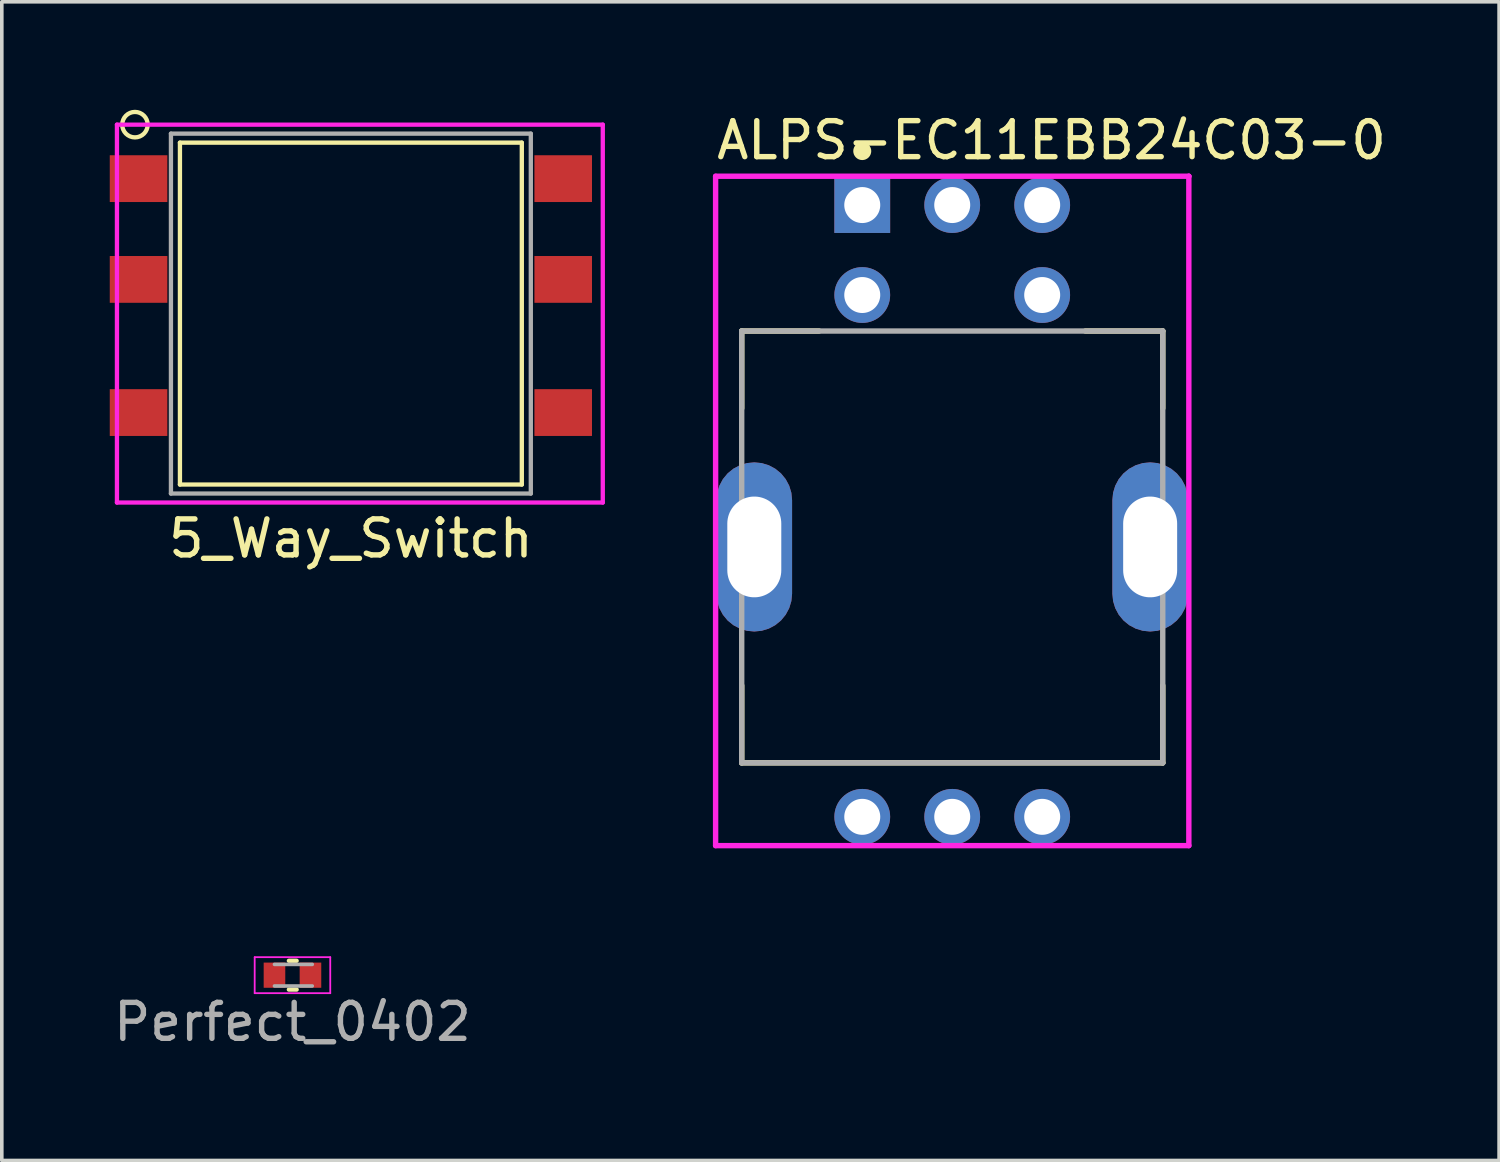
<source format=kicad_pcb>
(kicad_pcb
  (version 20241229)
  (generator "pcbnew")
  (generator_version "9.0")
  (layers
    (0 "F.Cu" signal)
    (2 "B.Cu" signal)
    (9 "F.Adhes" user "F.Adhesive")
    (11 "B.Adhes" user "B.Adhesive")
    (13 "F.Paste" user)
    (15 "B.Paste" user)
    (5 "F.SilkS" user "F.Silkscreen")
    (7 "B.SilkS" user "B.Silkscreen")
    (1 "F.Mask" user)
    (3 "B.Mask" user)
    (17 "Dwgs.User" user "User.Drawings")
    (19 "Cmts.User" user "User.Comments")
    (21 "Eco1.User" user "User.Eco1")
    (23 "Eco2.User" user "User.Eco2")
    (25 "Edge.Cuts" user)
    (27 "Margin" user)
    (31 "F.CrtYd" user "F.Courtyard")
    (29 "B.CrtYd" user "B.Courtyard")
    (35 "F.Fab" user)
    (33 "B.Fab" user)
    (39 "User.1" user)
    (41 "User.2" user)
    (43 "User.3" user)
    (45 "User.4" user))
  (footprint "Perfect_0402"
    (layer "F.Cu")
    (at 5.077 24.048)
    (property "Reference" "Perfect_0402" (at 0 1.3 0) (layer "F.Fab") (effects (font (size 1 1) (thickness 0.15))))
    (attr smd)
    (fp_line (start -0.1 -0.4) (end 0.116 -0.4) (stroke (width 0.12) (type solid)) (layer "F.SilkS"))
    (fp_line (start -0.1 0.4) (end 0.116 0.4) (stroke (width 0.12) (type solid)) (layer "F.SilkS"))
    (fp_line (start -1.05 -0.5) (end -1.05 0.5) (stroke (width 0.05) (type solid)) (layer "F.CrtYd"))
    (fp_line (start -1.05 -0.5) (end 1.05 -0.5) (stroke (width 0.05) (type solid)) (layer "F.CrtYd"))
    (fp_line (start 1.05 -0.5) (end 1.05 0.5) (stroke (width 0.05) (type solid)) (layer "F.CrtYd"))
    (fp_line (start 1.05 0.5) (end -1.05 0.5) (stroke (width 0.05) (type solid)) (layer "F.CrtYd"))
    (fp_line (start -0.5 -0.3) (end 0.55 -0.3) (stroke (width 0.1) (type solid)) (layer "F.Fab"))
    (fp_line (start -0.5 0.3) (end 0.55 0.3) (stroke (width 0.1) (type solid)) (layer "F.Fab"))
    (pad "1" smd rect (at -0.5 0) (size 0.6 0.7) (layers "F.Cu" "F.Mask" "F.Paste"))
    (pad "2" smd rect (at 0.5 0) (size 0.6 0.7) (layers "F.Cu" "F.Mask" "F.Paste")))
  (footprint "ALPS-EC11EBB24C03-0"
    (layer "F.Cu")
    (at 23.41 12.148)
    (property "Reference" "ALPS-EC11EBB24C03-0" (at -6.625 -11.3 0) (layer "F.SilkS") (effects (font (size 1 1) (thickness 0.15)) (justify left)))
    (attr through_hole)
    (fp_line (start -5.85 -6) (end -5.85 -3.85) (stroke (width 0.15) (type solid)) (layer "F.SilkS"))
    (fp_line (start -5.85 -6) (end -3.7 -6) (stroke (width 0.15) (type solid)) (layer "F.SilkS"))
    (fp_line (start -5.85 3.85) (end -5.85 6) (stroke (width 0.15) (type solid)) (layer "F.SilkS"))
    (fp_line (start 3.7 -6) (end 5.85 -6) (stroke (width 0.15) (type solid)) (layer "F.SilkS"))
    (fp_line (start 5.85 -6) (end 5.85 -3.85) (stroke (width 0.15) (type solid)) (layer "F.SilkS"))
    (fp_line (start 5.85 3.85) (end 5.85 6) (stroke (width 0.15) (type solid)) (layer "F.SilkS"))
    (fp_line (start 5.85 6) (end -5.85 6) (stroke (width 0.15) (type solid)) (layer "F.SilkS"))
    (fp_circle (center -2.5 -11) (end -2.375 -11) (stroke (width 0.25) (type solid)) (fill no) (layer "F.SilkS"))
    (fp_line (start -6.575 -10.3) (end -6.575 8.3) (stroke (width 0.15) (type solid)) (layer "F.CrtYd"))
    (fp_line (start -6.575 8.3) (end 6.575 8.3) (stroke (width 0.15) (type solid)) (layer "F.CrtYd"))
    (fp_line (start 6.575 -10.3) (end -6.575 -10.3) (stroke (width 0.15) (type solid)) (layer "F.CrtYd"))
    (fp_line (start 6.575 -10.3) (end 6.575 -10.3) (stroke (width 0.15) (type solid)) (layer "F.CrtYd"))
    (fp_line (start 6.575 8.3) (end 6.575 -10.3) (stroke (width 0.15) (type solid)) (layer "F.CrtYd"))
    (fp_line (start -5.85 -6) (end 5.85 -6) (stroke (width 0.15) (type solid)) (layer "F.Fab"))
    (fp_line (start -5.85 6) (end -5.85 -6) (stroke (width 0.15) (type solid)) (layer "F.Fab"))
    (fp_line (start 5.85 -6) (end 5.85 6) (stroke (width 0.15) (type solid)) (layer "F.Fab"))
    (fp_line (start 5.85 6) (end -5.85 6) (stroke (width 0.15) (type solid)) (layer "F.Fab"))
    (pad "1" thru_hole rect (at -2.5 -9.5) (size 1.55 1.55) (drill 1) (layers "*.Cu"))
    (pad "2" thru_hole circle (at 0 -9.5) (size 1.55 1.55) (drill 1) (layers "*.Cu"))
    (pad "3" thru_hole circle (at 2.5 -9.5) (size 1.55 1.55) (drill 1) (layers "*.Cu"))
    (pad "4" thru_hole circle (at -2.5 -7) (size 1.55 1.55) (drill 1) (layers "*.Cu"))
    (pad "5" thru_hole circle (at 2.5 -7) (size 1.55 1.55) (drill 1) (layers "*.Cu"))
    (pad "6" thru_hole roundrect (at -5.5 0) (size 2.1 4.7) (drill oval 1.5 2.8) (layers "*.Cu") (roundrect_rratio 0.5))
    (pad "7" thru_hole roundrect (at 5.5 0) (size 2.1 4.7) (drill oval 1.5 2.8) (layers "*.Cu") (roundrect_rratio 0.5))
    (pad "8" thru_hole circle (at -2.5 7.5) (size 1.55 1.55) (drill 1) (layers "*.Cu"))
    (pad "9" thru_hole circle (at 0 7.5) (size 1.55 1.55) (drill 1) (layers "*.Cu"))
    (pad "10" thru_hole circle (at 2.5 7.5) (size 1.55 1.55) (drill 1) (layers "*.Cu")))
  (footprint "5_Way_Switch"
    (layer "F.Cu")
    (at 6.7 5.414)
    (property "Reference" "5_Way_Switch" (at 0 6.5 180) (layer "F.SilkS") (effects (font (size 1 1) (thickness 0.15))))
    (attr smd)
    (fp_line (start -4.75 -4.5) (end 4.75 -4.5) (stroke (width 0.12) (type solid)) (layer "F.SilkS"))
    (fp_line (start -4.75 5) (end -4.75 -4.5) (stroke (width 0.12) (type solid)) (layer "F.SilkS"))
    (fp_line (start 4.75 -4.5) (end 4.75 5) (stroke (width 0.12) (type solid)) (layer "F.SilkS"))
    (fp_line (start 4.75 5) (end -4.75 5) (stroke (width 0.12) (type solid)) (layer "F.SilkS"))
    (fp_circle (center -6 -5) (end -6.25 -5.25) (stroke (width 0.12) (type solid)) (fill no) (layer "F.SilkS"))
    (fp_line (start -6.5 -5) (end 7 -5) (stroke (width 0.12) (type solid)) (layer "F.CrtYd"))
    (fp_line (start -6.5 5.5) (end -6.5 -5) (stroke (width 0.12) (type solid)) (layer "F.CrtYd"))
    (fp_line (start 7 5.5) (end -6.5 5.5) (stroke (width 0.12) (type solid)) (layer "F.CrtYd"))
    (fp_line (start 7 5.5) (end 7 -5) (stroke (width 0.12) (type solid)) (layer "F.CrtYd"))
    (fp_line (start -5 -4.75) (end -5 5.25) (stroke (width 0.12) (type solid)) (layer "F.Fab"))
    (fp_line (start -5 5.25) (end 5 5.25) (stroke (width 0.12) (type solid)) (layer "F.Fab"))
    (fp_line (start 5 -4.75) (end -5 -4.75) (stroke (width 0.12) (type solid)) (layer "F.Fab"))
    (fp_line (start 5 5.25) (end 5 -4.75) (stroke (width 0.12) (type solid)) (layer "F.Fab"))
    (pad "1" smd rect (at -5.9 -3.5 180) (size 1.6 1.3) (layers "F.Cu" "F.Mask" "F.Paste"))
    (pad "2" smd rect (at -5.9 -0.7 180) (size 1.6 1.3) (layers "F.Cu" "F.Mask" "F.Paste"))
    (pad "3" smd rect (at -5.9 3) (size 1.6 1.3) (layers "F.Cu" "F.Mask" "F.Paste"))
    (pad "4" smd rect (at 5.9 -3.5 180) (size 1.6 1.3) (layers "F.Cu" "F.Mask" "F.Paste"))
    (pad "5" smd rect (at 5.9 -0.7 180) (size 1.6 1.3) (layers "F.Cu" "F.Mask" "F.Paste"))
    (pad "6" smd rect (at 5.9 3 180) (size 1.6 1.3) (layers "F.Cu" "F.Mask" "F.Paste")))
  (gr_rect
    (start -3 -3)
    (end 38.606 29.197)
    (stroke (width 0.1) (type default))
    (fill no)
    (layer "Edge.Cuts")))
</source>
